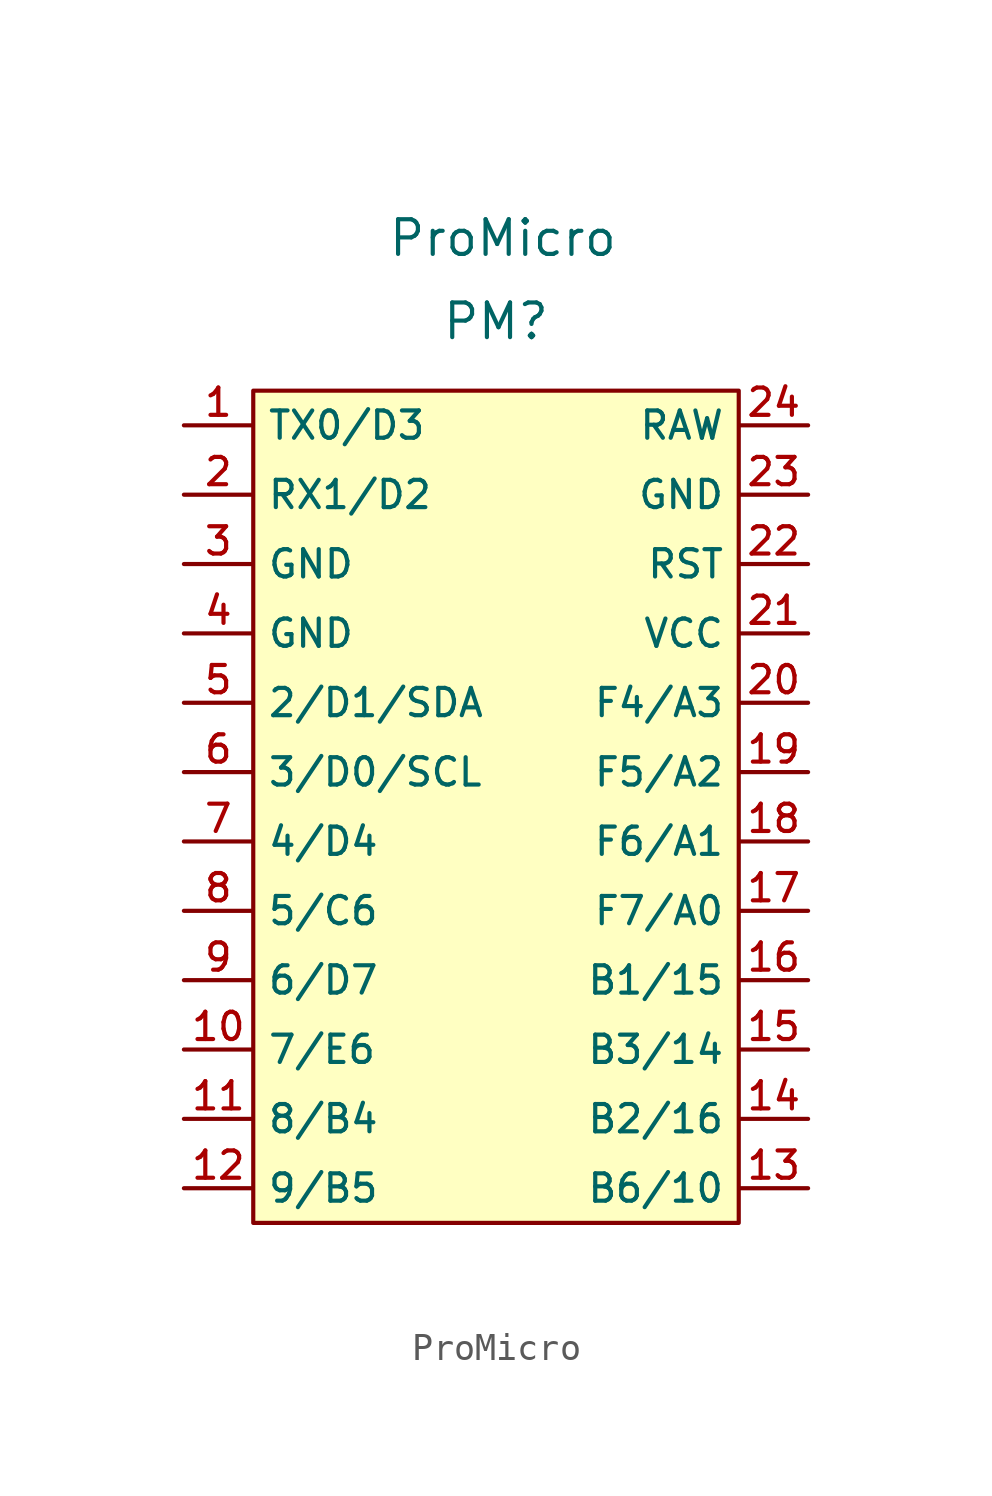
<source format=kicad_sym>
(kicad_symbol_lib
  (version 20211014)
  (generator kicad_symbol_editor)
  (symbol "ProMicro"
    (property "Reference" "PM"
      (at 0 19.05 0)
      (effects (font (size 1.27 1.27))))
    (property "Value" "ProMicro"
      (at 0.254 22.098 0)
      (effects (font (size 1.27 1.27))))
    (symbol "ProMicro_0_1"
      (rectangle (start -8.89 16.51) (end 8.89 -13.97) (stroke (width 0) (type default) (color 0 0 0 0)) (fill (type background))))
    (symbol "ProMicro_1_1"
      (pin bidirectional line (at -11.43 15.24 0) (length 2.52) (name "TX0/D3" (effects (font (size 1 1)))) (number "1" (effects (font (size 1 1)))))
      (pin bidirectional line (at -11.43 -7.62 0) (length 2.52) (name "7/E6" (effects (font (size 1 1)))) (number "10" (effects (font (size 1 1)))))
      (pin bidirectional line (at -11.43 -10.16 0) (length 2.52) (name "8/B4" (effects (font (size 1 1)))) (number "11" (effects (font (size 1 1)))))
      (pin bidirectional line (at -11.43 -12.7 0) (length 2.52) (name "9/B5" (effects (font (size 1 1)))) (number "12" (effects (font (size 1 1)))))
      (pin bidirectional line (at 11.43 -12.7 180) (length 2.52) (name "B6/10" (effects (font (size 1 1)))) (number "13" (effects (font (size 1 1)))))
      (pin bidirectional line (at 11.43 -10.16 180) (length 2.52) (name "B2/16" (effects (font (size 1 1)))) (number "14" (effects (font (size 1 1)))))
      (pin bidirectional line (at 11.43 -7.62 180) (length 2.52) (name "B3/14" (effects (font (size 1 1)))) (number "15" (effects (font (size 1 1)))))
      (pin bidirectional line (at 11.43 -5.08 180) (length 2.52) (name "B1/15" (effects (font (size 1 1)))) (number "16" (effects (font (size 1 1)))))
      (pin bidirectional line (at 11.43 -2.54 180) (length 2.52) (name "F7/A0" (effects (font (size 1 1)))) (number "17" (effects (font (size 1 1)))))
      (pin bidirectional line (at 11.43 0 180) (length 2.52) (name "F6/A1" (effects (font (size 1 1)))) (number "18" (effects (font (size 1 1)))))
      (pin bidirectional line (at 11.43 2.54 180) (length 2.52) (name "F5/A2" (effects (font (size 1 1)))) (number "19" (effects (font (size 1 1)))))
      (pin bidirectional line (at -11.43 12.7 0) (length 2.52) (name "RX1/D2" (effects (font (size 1 1)))) (number "2" (effects (font (size 1 1)))))
      (pin bidirectional line (at 11.43 5.08 180) (length 2.52) (name "F4/A3" (effects (font (size 1 1)))) (number "20" (effects (font (size 1 1)))))
      (pin power_in line (at 11.43 7.62 180) (length 2.52) (name "VCC" (effects (font (size 1 1)))) (number "21" (effects (font (size 1 1)))))
      (pin input line (at 11.43 10.16 180) (length 2.52) (name "RST" (effects (font (size 1 1)))) (number "22" (effects (font (size 1 1)))))
      (pin power_in line (at 11.43 12.7 180) (length 2.52) (name "GND" (effects (font (size 1 1)))) (number "23" (effects (font (size 1 1)))))
      (pin power_out line (at 11.43 15.24 180) (length 2.52) (name "RAW" (effects (font (size 1 1)))) (number "24" (effects (font (size 1 1)))))
      (pin power_in line (at -11.43 10.16 0) (length 2.52) (name "GND" (effects (font (size 1 1)))) (number "3" (effects (font (size 1 1)))))
      (pin power_in line (at -11.43 7.62 0) (length 2.52) (name "GND" (effects (font (size 1 1)))) (number "4" (effects (font (size 1 1)))))
      (pin bidirectional line (at -11.43 5.08 0) (length 2.52) (name "2/D1/SDA" (effects (font (size 1 1)))) (number "5" (effects (font (size 1 1)))))
      (pin bidirectional line (at -11.43 2.54 0) (length 2.52) (name "3/D0/SCL" (effects (font (size 1 1)))) (number "6" (effects (font (size 1 1)))))
      (pin bidirectional line (at -11.43 0 0) (length 2.52) (name "4/D4" (effects (font (size 1 1)))) (number "7" (effects (font (size 1 1)))))
      (pin bidirectional line (at -11.43 -2.54 0) (length 2.52) (name "5/C6" (effects (font (size 1 1)))) (number "8" (effects (font (size 1 1)))))
      (pin bidirectional line (at -11.43 -5.08 0) (length 2.52) (name "6/D7" (effects (font (size 1 1)))) (number "9" (effects (font (size 1 1))))))))
</source>
